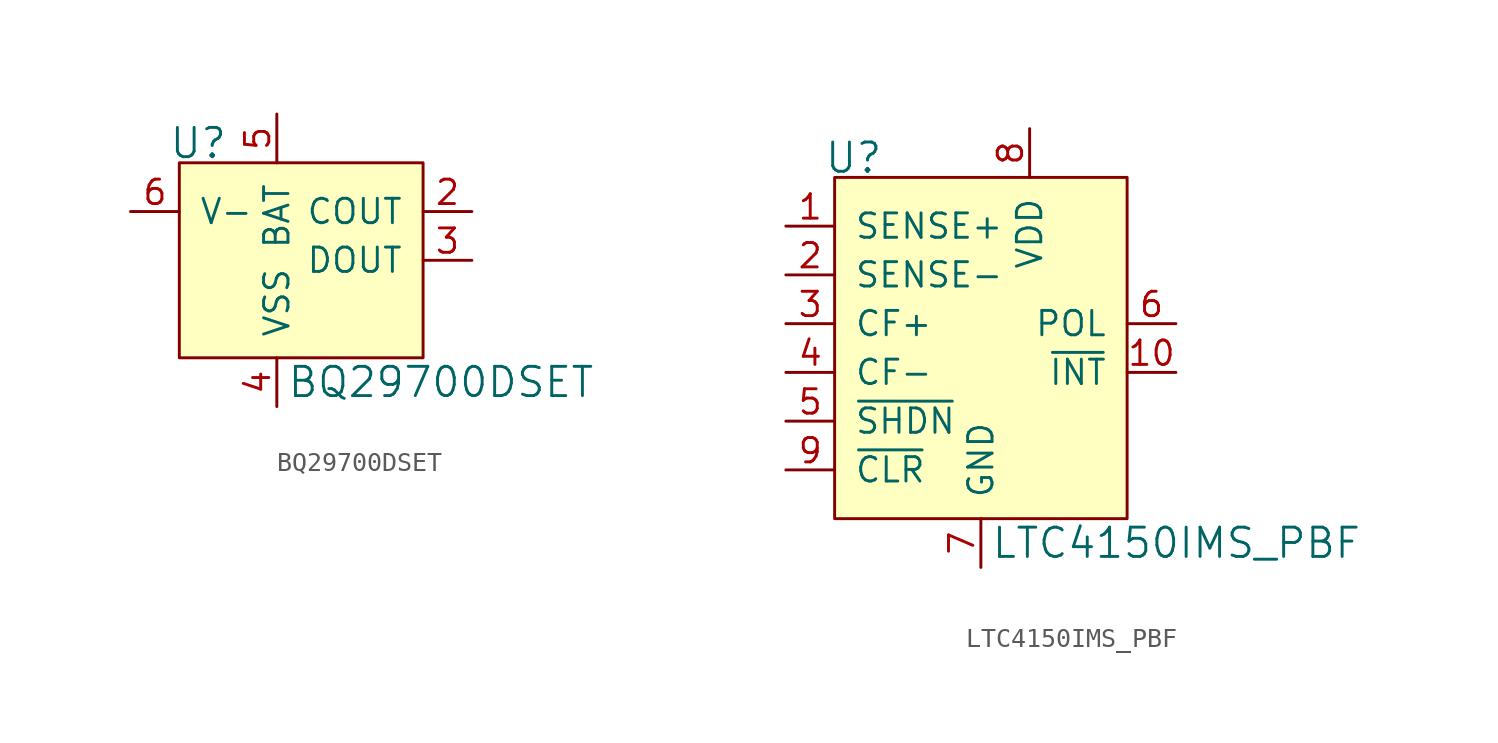
<source format=kicad_sym>
(kicad_symbol_lib
  (version 20211014)
  (generator kicad_symbol_editor)
  (symbol "BQ29700DSET"
    (pin_names
      (offset 1.016))
    (property "Reference" "U"
      (at -2.54 3.556 0)
      (effects (font (size 1.524 1.524)) (justify right)))
    (property "Value" "BQ29700DSET"
      (at 0.508 -8.89 0)
      (effects (font (size 1.524 1.524)) (justify left)))
    (symbol "BQ29700DSET_0_1"
      (rectangle (start -5.08 2.54) (end 7.62 -7.62) (stroke (width 0) (type default) (color 0 0 0 0)) (fill (type background))))
    (symbol "BQ29700DSET_1_1"
      (pin no_connect line (at 0 -5.08 0) (length 2.54) hide (name "NC" (effects (font (size 1.27 1.27)))) (number "1" (effects (font (size 1.27 1.27)))))
      (pin output line (at 10.16 0 180) (length 2.54) (name "COUT" (effects (font (size 1.27 1.27)))) (number "2" (effects (font (size 1.27 1.27)))))
      (pin output line (at 10.16 -2.54 180) (length 2.54) (name "DOUT" (effects (font (size 1.27 1.27)))) (number "3" (effects (font (size 1.27 1.27)))))
      (pin power_in line (at 0 -10.16 90) (length 2.54) (name "VSS" (effects (font (size 1.27 1.27)))) (number "4" (effects (font (size 1.27 1.27)))))
      (pin power_in line (at 0 5.08 270) (length 2.54) (name "BAT" (effects (font (size 1.27 1.27)))) (number "5" (effects (font (size 1.27 1.27)))))
      (pin input line (at -7.62 0 0) (length 2.54) (name "V-" (effects (font (size 1.27 1.27)))) (number "6" (effects (font (size 1.27 1.27)))))))
  (symbol "LTC4150IMS_PBF"
    (pin_names
      (offset 1.016))
    (property "Reference" "U"
      (at -5.08 3.556 0)
      (effects (font (size 1.524 1.524)) (justify right)))
    (property "Value" "LTC4150IMS_PBF"
      (at 0.508 -16.51 0)
      (effects (font (size 1.524 1.524)) (justify left)))
    (symbol "LTC4150IMS_PBF_0_1"
      (rectangle (start -7.62 2.54) (end 7.62 -15.24) (stroke (width 0) (type default) (color 0 0 0 0)) (fill (type background))))
    (symbol "LTC4150IMS_PBF_1_1"
      (pin input line (at -10.16 0 0) (length 2.54) (name "SENSE+" (effects (font (size 1.27 1.27)))) (number "1" (effects (font (size 1.27 1.27)))))
      (pin output line (at 10.16 -7.62 180) (length 2.54) (name "~{INT}" (effects (font (size 1.27 1.27)))) (number "10" (effects (font (size 1.27 1.27)))))
      (pin input line (at -10.16 -2.54 0) (length 2.54) (name "SENSE-" (effects (font (size 1.27 1.27)))) (number "2" (effects (font (size 1.27 1.27)))))
      (pin passive line (at -10.16 -5.08 0) (length 2.54) (name "CF+" (effects (font (size 1.27 1.27)))) (number "3" (effects (font (size 1.27 1.27)))))
      (pin passive line (at -10.16 -7.62 0) (length 2.54) (name "CF-" (effects (font (size 1.27 1.27)))) (number "4" (effects (font (size 1.27 1.27)))))
      (pin input line (at -10.16 -10.16 0) (length 2.54) (name "~{SHDN}" (effects (font (size 1.27 1.27)))) (number "5" (effects (font (size 1.27 1.27)))))
      (pin output line (at 10.16 -5.08 180) (length 2.54) (name "POL" (effects (font (size 1.27 1.27)))) (number "6" (effects (font (size 1.27 1.27)))))
      (pin power_in line (at 0 -17.78 90) (length 2.54) (name "GND" (effects (font (size 1.27 1.27)))) (number "7" (effects (font (size 1.27 1.27)))))
      (pin power_in line (at 2.54 5.08 270) (length 2.54) (name "VDD" (effects (font (size 1.27 1.27)))) (number "8" (effects (font (size 1.27 1.27)))))
      (pin input line (at -10.16 -12.7 0) (length 2.54) (name "~{CLR}" (effects (font (size 1.27 1.27)))) (number "9" (effects (font (size 1.27 1.27))))))))
</source>
